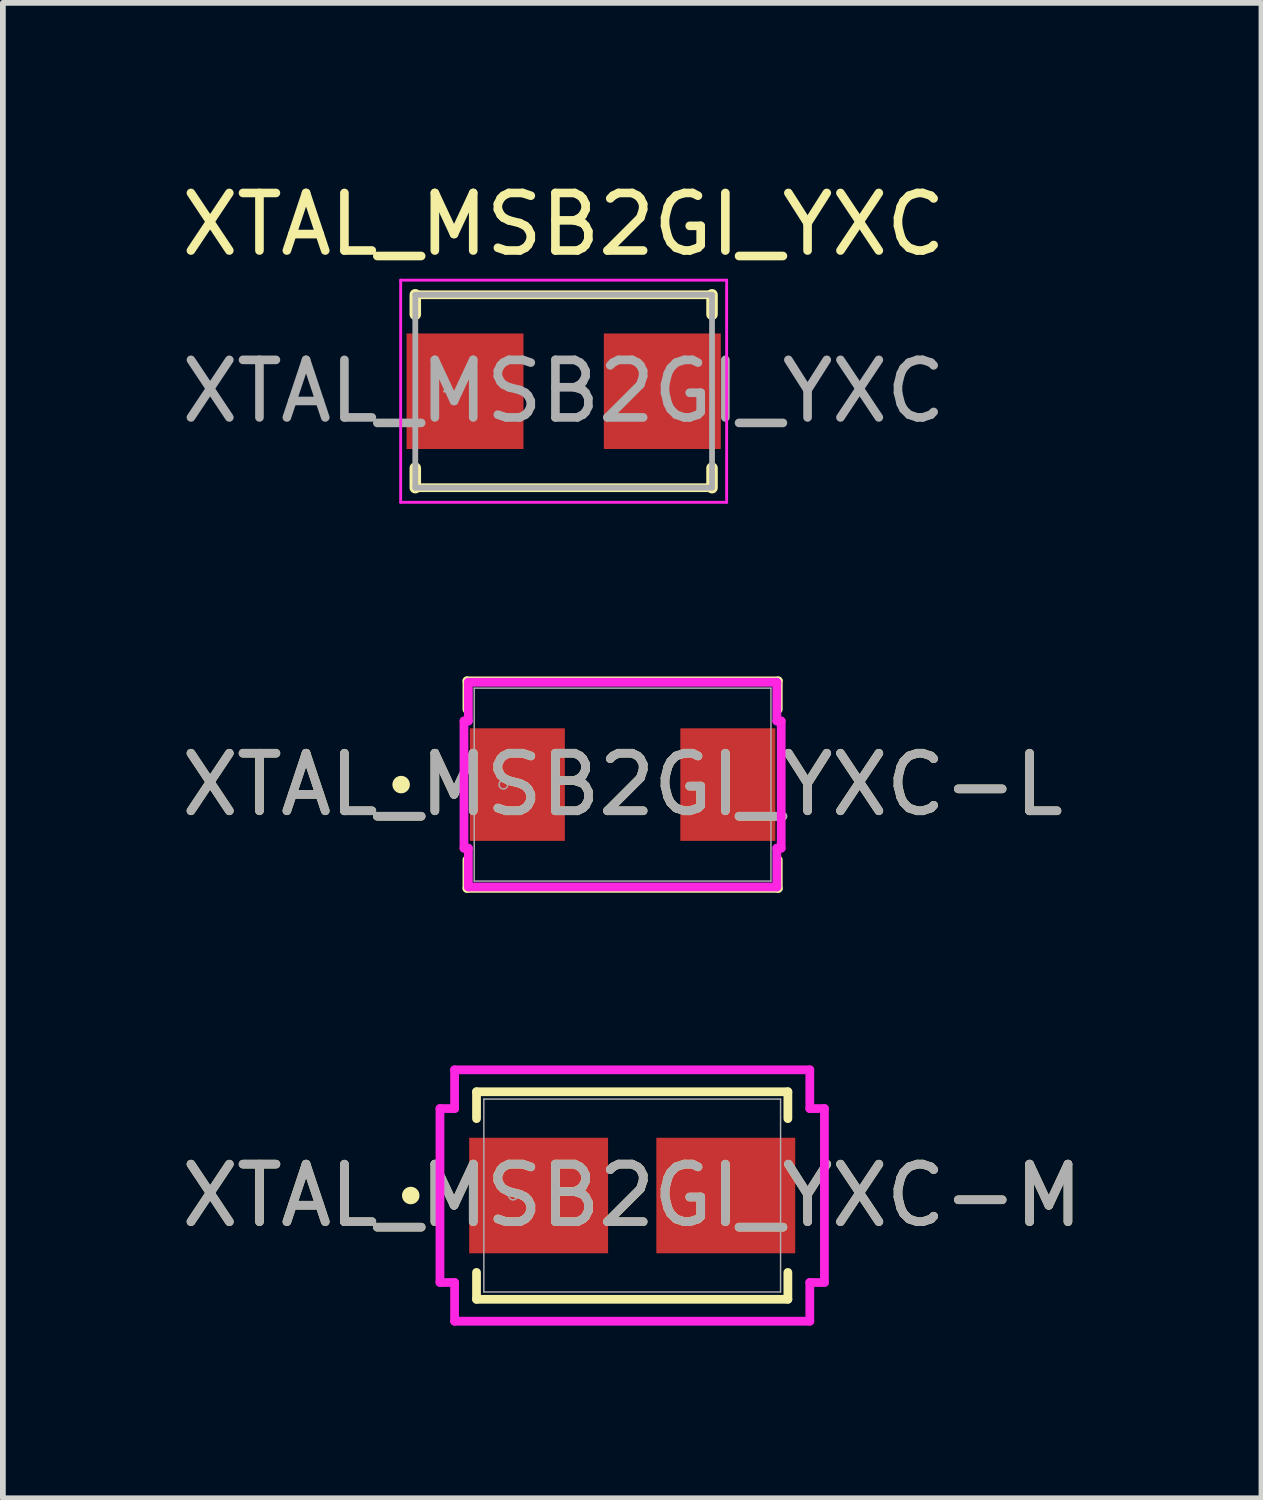
<source format=kicad_pcb>
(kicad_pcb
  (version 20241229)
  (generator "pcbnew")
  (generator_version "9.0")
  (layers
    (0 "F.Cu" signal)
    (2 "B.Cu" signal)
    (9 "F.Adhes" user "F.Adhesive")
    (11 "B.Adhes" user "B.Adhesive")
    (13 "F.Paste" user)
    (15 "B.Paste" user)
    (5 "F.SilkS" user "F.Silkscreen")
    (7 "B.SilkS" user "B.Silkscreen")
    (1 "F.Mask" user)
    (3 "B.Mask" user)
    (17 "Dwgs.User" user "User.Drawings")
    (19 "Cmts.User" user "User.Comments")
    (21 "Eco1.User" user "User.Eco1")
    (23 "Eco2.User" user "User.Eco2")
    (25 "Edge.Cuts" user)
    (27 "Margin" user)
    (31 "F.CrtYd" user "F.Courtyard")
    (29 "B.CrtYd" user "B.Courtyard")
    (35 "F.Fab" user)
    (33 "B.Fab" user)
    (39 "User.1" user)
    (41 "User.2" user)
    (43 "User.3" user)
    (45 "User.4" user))
  (footprint "XTAL_MSB2GI_YXC"
    (layer "F.Cu")
    (at 6.744 3.748)
    (property "Reference" "XTAL_MSB2GI_YXC" (at 0 -2.9 0) (unlocked yes) (layer "F.SilkS") (effects (font (size 1 1) (thickness 0.15))))
    (attr smd)
    (fp_line (start -2.578 -1.676) (end -2.578 -1.336) (stroke (width 0.2) (type solid)) (layer "F.SilkS"))
    (fp_line (start -2.578 1.336) (end -2.578 1.676) (stroke (width 0.2) (type solid)) (layer "F.SilkS"))
    (fp_line (start -2.578 1.676) (end 2.578 1.676) (stroke (width 0.152) (type solid)) (layer "F.SilkS"))
    (fp_line (start 2.578 -1.676) (end -2.578 -1.676) (stroke (width 0.152) (type solid)) (layer "F.SilkS"))
    (fp_line (start 2.578 -1.336) (end 2.578 -1.676) (stroke (width 0.2) (type solid)) (layer "F.SilkS"))
    (fp_line (start 2.578 1.676) (end 2.578 1.336) (stroke (width 0.2) (type solid)) (layer "F.SilkS"))
    (fp_line (start -2.832 -1.93) (end -2.832 1.93) (stroke (width 0.05) (type solid)) (layer "F.CrtYd"))
    (fp_line (start -2.832 -1.93) (end 2.832 -1.93) (stroke (width 0.05) (type solid)) (layer "F.CrtYd"))
    (fp_line (start 2.832 1.93) (end -2.832 1.93) (stroke (width 0.05) (type solid)) (layer "F.CrtYd"))
    (fp_line (start 2.832 1.93) (end 2.832 -1.93) (stroke (width 0.05) (type solid)) (layer "F.CrtYd"))
    (fp_line (start -2.578 -1.676) (end -2.578 1.676) (stroke (width 0.1) (type solid)) (layer "F.Fab"))
    (fp_line (start -2.578 1.676) (end 2.578 1.676) (stroke (width 0.1) (type solid)) (layer "F.Fab"))
    (fp_line (start 2.578 -1.676) (end -2.578 -1.676) (stroke (width 0.1) (type solid)) (layer "F.Fab"))
    (fp_line (start 2.578 1.676) (end 2.578 -1.676) (stroke (width 0.1) (type solid)) (layer "F.Fab"))
    (fp_circle (center -2.07 0) (end -2.07 0) (stroke (width 0.025) (type solid)) (fill no) (layer "F.Fab"))
    (fp_text user "${REFERENCE}" (at 0 0 0) (unlocked yes) (layer "F.Fab") (effects (font (size 1 1) (thickness 0.15))))
    (pad "1" smd rect (at -1.714 0 90) (size 2.007 2.032) (layers "F.Cu" "F.Mask" "F.Paste"))
    (pad "2" smd rect (at 1.714 0 90) (size 2.007 2.032) (layers "F.Cu" "F.Mask" "F.Paste"))
    (zone (net_name "") (layer "F.Cu") (hatch full 0.508) (connect_pads) (min_thickness 0.254) (filled_areas_thickness no) (keepout (tracks not_allowed) (vias not_allowed) (pads allowed) (copperpour not_allowed) (footprints allowed)) (placement (enabled no)) (fill) (polygon (pts (xy 4.217 2.123) (xy 9.271 2.123) (xy 9.271 2.694) (xy 4.217 2.694))))
    (zone (net_name "") (layer "F.Cu") (hatch full 0.508) (connect_pads) (min_thickness 0.254) (filled_areas_thickness no) (keepout (tracks not_allowed) (vias not_allowed) (pads allowed) (copperpour not_allowed) (footprints allowed)) (placement (enabled no)) (fill) (polygon (pts (xy 4.217 4.802) (xy 9.271 4.802) (xy 9.271 5.374) (xy 4.217 5.374))))
    (zone (net_name "") (layer "F.Cu") (hatch full 0.508) (connect_pads) (min_thickness 0.254) (filled_areas_thickness no) (keepout (tracks not_allowed) (vias not_allowed) (pads allowed) (copperpour not_allowed) (footprints allowed)) (placement (enabled no)) (fill) (polygon (pts (xy 6.096 2.694) (xy 7.392 2.694) (xy 7.392 4.802) (xy 6.096 4.802)))))
  (footprint "XTAL_MSB2GI_YXC-M"
    (layer "F.Cu")
    (at 7.935 17.723)
    (property "Reference" "XTAL_MSB2GI_YXC-M" (at 0 0 0) (unlocked yes) (layer "F.SilkS") (effects (font (size 1 1) (thickness 0.15))))
    (attr smd)
    (fp_line (start -2.705 -1.803) (end -2.705 -1.336) (stroke (width 0.152) (type solid)) (layer "F.SilkS"))
    (fp_line (start -2.705 1.336) (end -2.705 1.803) (stroke (width 0.152) (type solid)) (layer "F.SilkS"))
    (fp_line (start -2.705 1.803) (end 2.705 1.803) (stroke (width 0.152) (type solid)) (layer "F.SilkS"))
    (fp_line (start 2.705 -1.803) (end -2.705 -1.803) (stroke (width 0.152) (type solid)) (layer "F.SilkS"))
    (fp_line (start 2.705 -1.336) (end 2.705 -1.803) (stroke (width 0.152) (type solid)) (layer "F.SilkS"))
    (fp_line (start 2.705 1.803) (end 2.705 1.336) (stroke (width 0.152) (type solid)) (layer "F.SilkS"))
    (fp_circle (center -3.848 0) (end -3.772 0) (stroke (width 0.152) (type solid)) (fill no) (layer "F.SilkS"))
    (fp_line (start -3.34 -1.511) (end -3.086 -1.511) (stroke (width 0.152) (type solid)) (layer "F.CrtYd"))
    (fp_line (start -3.34 1.511) (end -3.34 -1.511) (stroke (width 0.152) (type solid)) (layer "F.CrtYd"))
    (fp_line (start -3.086 -2.184) (end 3.086 -2.184) (stroke (width 0.152) (type solid)) (layer "F.CrtYd"))
    (fp_line (start -3.086 -1.511) (end -3.086 -2.184) (stroke (width 0.152) (type solid)) (layer "F.CrtYd"))
    (fp_line (start -3.086 1.511) (end -3.34 1.511) (stroke (width 0.152) (type solid)) (layer "F.CrtYd"))
    (fp_line (start -3.086 2.184) (end -3.086 1.511) (stroke (width 0.152) (type solid)) (layer "F.CrtYd"))
    (fp_line (start 3.086 -2.184) (end 3.086 -1.511) (stroke (width 0.152) (type solid)) (layer "F.CrtYd"))
    (fp_line (start 3.086 -1.511) (end 3.34 -1.511) (stroke (width 0.152) (type solid)) (layer "F.CrtYd"))
    (fp_line (start 3.086 1.511) (end 3.086 2.184) (stroke (width 0.152) (type solid)) (layer "F.CrtYd"))
    (fp_line (start 3.086 2.184) (end -3.086 2.184) (stroke (width 0.152) (type solid)) (layer "F.CrtYd"))
    (fp_line (start 3.34 -1.511) (end 3.34 1.511) (stroke (width 0.152) (type solid)) (layer "F.CrtYd"))
    (fp_line (start 3.34 1.511) (end 3.086 1.511) (stroke (width 0.152) (type solid)) (layer "F.CrtYd"))
    (fp_line (start -2.578 -1.676) (end -2.578 1.676) (stroke (width 0.025) (type solid)) (layer "F.Fab"))
    (fp_line (start -2.578 1.676) (end 2.578 1.676) (stroke (width 0.025) (type solid)) (layer "F.Fab"))
    (fp_line (start 2.578 -1.676) (end -2.578 -1.676) (stroke (width 0.025) (type solid)) (layer "F.Fab"))
    (fp_line (start 2.578 1.676) (end 2.578 -1.676) (stroke (width 0.025) (type solid)) (layer "F.Fab"))
    (fp_circle (center -2.07 0) (end -1.994 0) (stroke (width 0.025) (type solid)) (fill no) (layer "F.Fab"))
    (fp_text user "${REFERENCE}" (at 0 0 0) (unlocked yes) (layer "F.Fab") (effects (font (size 1 1) (thickness 0.15))))
    (pad "1" smd rect (at -1.626 0 90) (size 2.007 2.413) (layers "F.Cu" "F.Mask" "F.Paste"))
    (pad "2" smd rect (at 1.626 0 90) (size 2.007 2.413) (layers "F.Cu" "F.Mask" "F.Paste"))
    (zone (net_name "") (layer "F.Cu") (hatch full 0.508) (connect_pads) (min_thickness 0.254) (filled_areas_thickness no) (keepout (tracks not_allowed) (vias not_allowed) (pads allowed) (copperpour not_allowed) (footprints allowed)) (placement (enabled no)) (fill) (polygon (pts (xy 5.407 16.098) (xy 10.462 16.098) (xy 10.462 16.669) (xy 5.407 16.669))))
    (zone (net_name "") (layer "F.Cu") (hatch full 0.508) (connect_pads) (min_thickness 0.254) (filled_areas_thickness no) (keepout (tracks not_allowed) (vias not_allowed) (pads allowed) (copperpour not_allowed) (footprints allowed)) (placement (enabled no)) (fill) (polygon (pts (xy 5.407 18.778) (xy 10.462 18.778) (xy 10.462 19.349) (xy 5.407 19.349))))
    (zone (net_name "") (layer "F.Cu") (hatch full 0.508) (connect_pads) (min_thickness 0.254) (filled_areas_thickness no) (keepout (tracks not_allowed) (vias not_allowed) (pads allowed) (copperpour not_allowed) (footprints allowed)) (placement (enabled no)) (fill) (polygon (pts (xy 7.566 16.669) (xy 8.303 16.669) (xy 8.303 18.778) (xy 7.566 18.778)))))
  (footprint "XTAL_MSB2GI_YXC-L"
    (layer "F.Cu")
    (at 7.768 10.583)
    (property "Reference" "XTAL_MSB2GI_YXC-L" (at 0 0 0) (unlocked yes) (layer "F.SilkS") (effects (font (size 1 1) (thickness 0.15))))
    (attr smd)
    (fp_line (start -2.705 -1.803) (end -2.705 -1.307) (stroke (width 0.152) (type solid)) (layer "F.SilkS"))
    (fp_line (start -2.705 1.307) (end -2.705 1.803) (stroke (width 0.152) (type solid)) (layer "F.SilkS"))
    (fp_line (start -2.705 1.803) (end 2.705 1.803) (stroke (width 0.152) (type solid)) (layer "F.SilkS"))
    (fp_line (start 2.705 -1.803) (end -2.705 -1.803) (stroke (width 0.152) (type solid)) (layer "F.SilkS"))
    (fp_line (start 2.705 -1.307) (end 2.705 -1.803) (stroke (width 0.152) (type solid)) (layer "F.SilkS"))
    (fp_line (start 2.705 1.803) (end 2.705 1.307) (stroke (width 0.152) (type solid)) (layer "F.SilkS"))
    (fp_circle (center -3.848 0) (end -3.772 0) (stroke (width 0.152) (type solid)) (fill no) (layer "F.SilkS"))
    (fp_line (start -2.756 -1.105) (end -2.68 -1.105) (stroke (width 0.152) (type solid)) (layer "F.CrtYd"))
    (fp_line (start -2.756 1.105) (end -2.756 -1.105) (stroke (width 0.152) (type solid)) (layer "F.CrtYd"))
    (fp_line (start -2.68 -1.778) (end 2.68 -1.778) (stroke (width 0.152) (type solid)) (layer "F.CrtYd"))
    (fp_line (start -2.68 -1.105) (end -2.68 -1.778) (stroke (width 0.152) (type solid)) (layer "F.CrtYd"))
    (fp_line (start -2.68 1.105) (end -2.756 1.105) (stroke (width 0.152) (type solid)) (layer "F.CrtYd"))
    (fp_line (start -2.68 1.778) (end -2.68 1.105) (stroke (width 0.152) (type solid)) (layer "F.CrtYd"))
    (fp_line (start 2.68 -1.778) (end 2.68 -1.105) (stroke (width 0.152) (type solid)) (layer "F.CrtYd"))
    (fp_line (start 2.68 -1.105) (end 2.756 -1.105) (stroke (width 0.152) (type solid)) (layer "F.CrtYd"))
    (fp_line (start 2.68 1.105) (end 2.68 1.778) (stroke (width 0.152) (type solid)) (layer "F.CrtYd"))
    (fp_line (start 2.68 1.778) (end -2.68 1.778) (stroke (width 0.152) (type solid)) (layer "F.CrtYd"))
    (fp_line (start 2.756 -1.105) (end 2.756 1.105) (stroke (width 0.152) (type solid)) (layer "F.CrtYd"))
    (fp_line (start 2.756 1.105) (end 2.68 1.105) (stroke (width 0.152) (type solid)) (layer "F.CrtYd"))
    (fp_line (start -2.578 -1.676) (end -2.578 1.676) (stroke (width 0.025) (type solid)) (layer "F.Fab"))
    (fp_line (start -2.578 1.676) (end 2.578 1.676) (stroke (width 0.025) (type solid)) (layer "F.Fab"))
    (fp_line (start 2.578 -1.676) (end -2.578 -1.676) (stroke (width 0.025) (type solid)) (layer "F.Fab"))
    (fp_line (start 2.578 1.676) (end 2.578 -1.676) (stroke (width 0.025) (type solid)) (layer "F.Fab"))
    (fp_circle (center -2.07 0) (end -1.994 0) (stroke (width 0.025) (type solid)) (fill no) (layer "F.Fab"))
    (fp_text user "${REFERENCE}" (at 0 0 0) (unlocked yes) (layer "F.Fab") (effects (font (size 1 1) (thickness 0.15))))
    (pad "1" smd rect (at -1.829 0 90) (size 1.956 1.651) (layers "F.Cu" "F.Mask" "F.Paste"))
    (pad "2" smd rect (at 1.829 0 90) (size 1.956 1.651) (layers "F.Cu" "F.Mask" "F.Paste"))
    (zone (net_name "") (layer "F.Cu") (hatch full 0.508) (connect_pads) (min_thickness 0.254) (filled_areas_thickness no) (keepout (tracks not_allowed) (vias not_allowed) (pads allowed) (copperpour not_allowed) (footprints allowed)) (placement (enabled no)) (fill) (polygon (pts (xy 5.241 8.958) (xy 10.295 8.958) (xy 10.295 9.529) (xy 5.241 9.529))))
    (zone (net_name "") (layer "F.Cu") (hatch full 0.508) (connect_pads) (min_thickness 0.254) (filled_areas_thickness no) (keepout (tracks not_allowed) (vias not_allowed) (pads allowed) (copperpour not_allowed) (footprints allowed)) (placement (enabled no)) (fill) (polygon (pts (xy 5.241 11.637) (xy 10.295 11.637) (xy 10.295 12.209) (xy 5.241 12.209))))
    (zone (net_name "") (layer "F.Cu") (hatch full 0.508) (connect_pads) (min_thickness 0.254) (filled_areas_thickness no) (keepout (tracks not_allowed) (vias not_allowed) (pads allowed) (copperpour not_allowed) (footprints allowed)) (placement (enabled no)) (fill) (polygon (pts (xy 6.815 9.529) (xy 8.72 9.529) (xy 8.72 11.637) (xy 6.815 11.637)))))
  (gr_rect
    (start -3 -3)
    (end 18.869 22.984)
    (stroke (width 0.1) (type default))
    (fill no)
    (layer "Edge.Cuts")))
</source>
